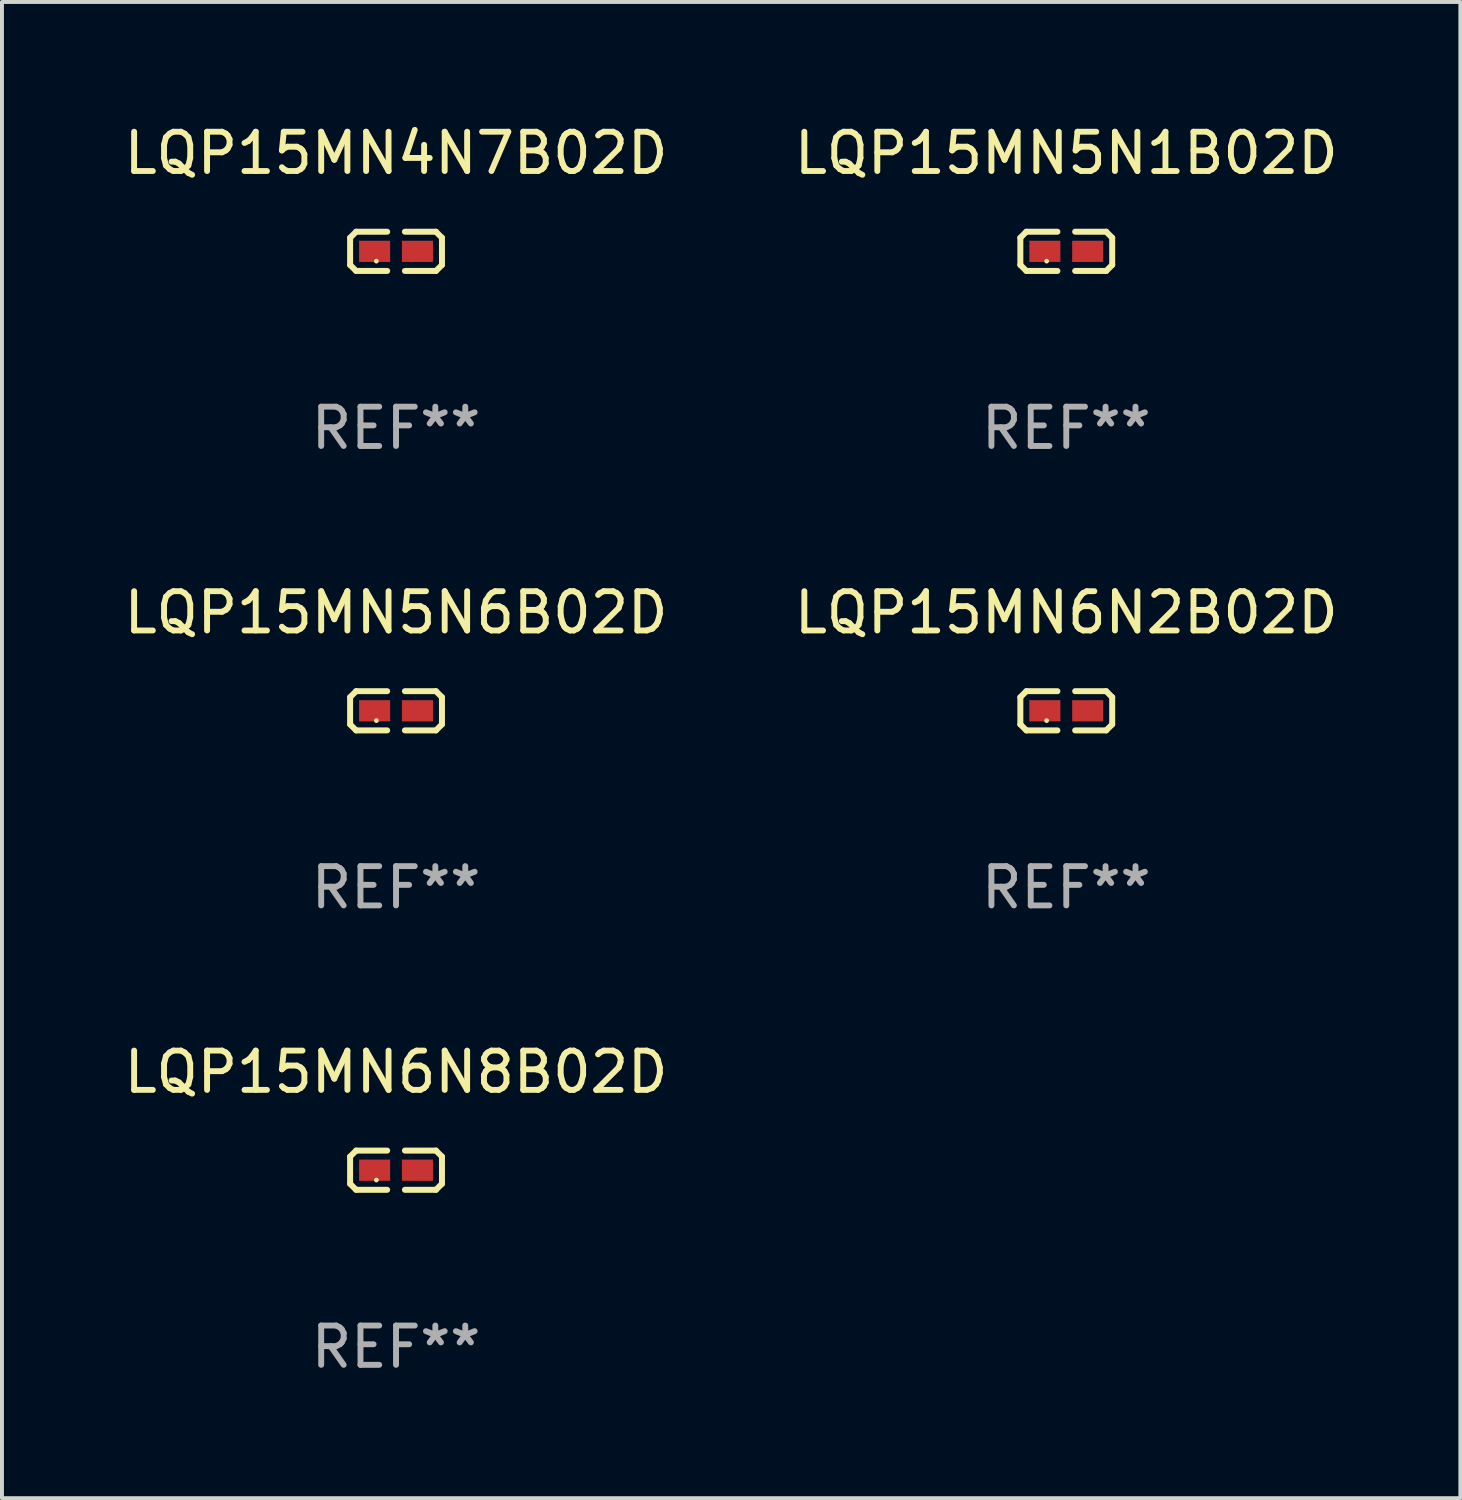
<source format=kicad_pcb>
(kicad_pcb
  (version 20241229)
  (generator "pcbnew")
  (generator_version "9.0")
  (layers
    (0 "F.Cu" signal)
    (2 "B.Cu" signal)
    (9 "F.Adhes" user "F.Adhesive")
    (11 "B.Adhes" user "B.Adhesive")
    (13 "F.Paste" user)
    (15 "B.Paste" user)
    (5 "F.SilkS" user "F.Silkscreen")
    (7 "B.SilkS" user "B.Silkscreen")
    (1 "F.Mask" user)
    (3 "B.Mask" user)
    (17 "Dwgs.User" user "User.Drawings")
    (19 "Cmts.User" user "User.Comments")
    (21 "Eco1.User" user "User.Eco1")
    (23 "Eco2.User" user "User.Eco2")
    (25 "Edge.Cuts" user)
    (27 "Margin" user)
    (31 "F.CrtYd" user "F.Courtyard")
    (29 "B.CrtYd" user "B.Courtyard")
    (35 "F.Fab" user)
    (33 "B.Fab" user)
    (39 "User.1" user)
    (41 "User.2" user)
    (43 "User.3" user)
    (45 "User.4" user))
  (footprint "LQP15MN5N6B02D"
    (layer "F.Cu")
    (at 7.03 15.041)
    (property "Reference" "LQP15MN5N6B02D" (at 0 -2.499 0) (layer "F.SilkS") (effects (font (size 1 1) (thickness 0.15))))
    (attr through_hole)
    (fp_line (start -1.169 -0.346) (end -1.016 -0.499) (stroke (width 0.152) (type solid)) (layer "F.SilkS"))
    (fp_line (start -1.169 0.346) (end -1.169 -0.346) (stroke (width 0.152) (type solid)) (layer "F.SilkS"))
    (fp_line (start -1.016 -0.499) (end -0.226 -0.499) (stroke (width 0.152) (type solid)) (layer "F.SilkS"))
    (fp_line (start -1.016 0.499) (end -1.169 0.346) (stroke (width 0.152) (type solid)) (layer "F.SilkS"))
    (fp_line (start -0.226 0.499) (end -1.016 0.499) (stroke (width 0.152) (type solid)) (layer "F.SilkS"))
    (fp_line (start 0.226 0.499) (end 1.016 0.499) (stroke (width 0.152) (type solid)) (layer "F.SilkS"))
    (fp_line (start 1.016 -0.499) (end 0.226 -0.499) (stroke (width 0.152) (type solid)) (layer "F.SilkS"))
    (fp_line (start 1.016 0.499) (end 1.169 0.346) (stroke (width 0.152) (type solid)) (layer "F.SilkS"))
    (fp_line (start 1.169 -0.346) (end 1.016 -0.499) (stroke (width 0.152) (type solid)) (layer "F.SilkS"))
    (fp_line (start 1.169 0.346) (end 1.169 -0.346) (stroke (width 0.152) (type solid)) (layer "F.SilkS"))
    (fp_circle (center -0.5 0.25) (end -0.47 0.25) (stroke (width 0.06) (type solid)) (fill no) (layer "F.SilkS"))
    (fp_text user "REF**" (at 0 4.499 0) (layer "F.Fab") (effects (font (size 1 1) (thickness 0.15))))
    (pad "1" smd rect (at -0.545 0) (size 0.79 0.54) (layers "F.Cu" "F.Mask" "F.Paste"))
    (pad "2" smd rect (at 0.545 0) (size 0.79 0.54) (layers "F.Cu" "F.Mask" "F.Paste")))
  (footprint "LQP15MN5N1B02D"
    (layer "F.Cu")
    (at 24.089 3.347)
    (property "Reference" "LQP15MN5N1B02D" (at 0 -2.499 0) (layer "F.SilkS") (effects (font (size 1 1) (thickness 0.15))))
    (attr through_hole)
    (fp_line (start -1.169 -0.346) (end -1.016 -0.499) (stroke (width 0.152) (type solid)) (layer "F.SilkS"))
    (fp_line (start -1.169 0.346) (end -1.169 -0.346) (stroke (width 0.152) (type solid)) (layer "F.SilkS"))
    (fp_line (start -1.016 -0.499) (end -0.226 -0.499) (stroke (width 0.152) (type solid)) (layer "F.SilkS"))
    (fp_line (start -1.016 0.499) (end -1.169 0.346) (stroke (width 0.152) (type solid)) (layer "F.SilkS"))
    (fp_line (start -0.226 0.499) (end -1.016 0.499) (stroke (width 0.152) (type solid)) (layer "F.SilkS"))
    (fp_line (start 0.226 0.499) (end 1.016 0.499) (stroke (width 0.152) (type solid)) (layer "F.SilkS"))
    (fp_line (start 1.016 -0.499) (end 0.226 -0.499) (stroke (width 0.152) (type solid)) (layer "F.SilkS"))
    (fp_line (start 1.016 0.499) (end 1.169 0.346) (stroke (width 0.152) (type solid)) (layer "F.SilkS"))
    (fp_line (start 1.169 -0.346) (end 1.016 -0.499) (stroke (width 0.152) (type solid)) (layer "F.SilkS"))
    (fp_line (start 1.169 0.346) (end 1.169 -0.346) (stroke (width 0.152) (type solid)) (layer "F.SilkS"))
    (fp_circle (center -0.5 0.25) (end -0.47 0.25) (stroke (width 0.06) (type solid)) (fill no) (layer "F.SilkS"))
    (fp_text user "REF**" (at 0 4.499 0) (layer "F.Fab") (effects (font (size 1 1) (thickness 0.15))))
    (pad "1" smd rect (at -0.545 0) (size 0.79 0.54) (layers "F.Cu" "F.Mask" "F.Paste"))
    (pad "2" smd rect (at 0.545 0) (size 0.79 0.54) (layers "F.Cu" "F.Mask" "F.Paste")))
  (footprint "LQP15MN4N7B02D"
    (layer "F.Cu")
    (at 7.03 3.347)
    (property "Reference" "LQP15MN4N7B02D" (at 0 -2.499 0) (layer "F.SilkS") (effects (font (size 1 1) (thickness 0.15))))
    (attr through_hole)
    (fp_line (start -1.169 -0.346) (end -1.016 -0.499) (stroke (width 0.152) (type solid)) (layer "F.SilkS"))
    (fp_line (start -1.169 0.346) (end -1.169 -0.346) (stroke (width 0.152) (type solid)) (layer "F.SilkS"))
    (fp_line (start -1.016 -0.499) (end -0.226 -0.499) (stroke (width 0.152) (type solid)) (layer "F.SilkS"))
    (fp_line (start -1.016 0.499) (end -1.169 0.346) (stroke (width 0.152) (type solid)) (layer "F.SilkS"))
    (fp_line (start -0.226 0.499) (end -1.016 0.499) (stroke (width 0.152) (type solid)) (layer "F.SilkS"))
    (fp_line (start 0.226 0.499) (end 1.016 0.499) (stroke (width 0.152) (type solid)) (layer "F.SilkS"))
    (fp_line (start 1.016 -0.499) (end 0.226 -0.499) (stroke (width 0.152) (type solid)) (layer "F.SilkS"))
    (fp_line (start 1.016 0.499) (end 1.169 0.346) (stroke (width 0.152) (type solid)) (layer "F.SilkS"))
    (fp_line (start 1.169 -0.346) (end 1.016 -0.499) (stroke (width 0.152) (type solid)) (layer "F.SilkS"))
    (fp_line (start 1.169 0.346) (end 1.169 -0.346) (stroke (width 0.152) (type solid)) (layer "F.SilkS"))
    (fp_circle (center -0.5 0.25) (end -0.47 0.25) (stroke (width 0.06) (type solid)) (fill no) (layer "F.SilkS"))
    (fp_text user "REF**" (at 0 4.499 0) (layer "F.Fab") (effects (font (size 1 1) (thickness 0.15))))
    (pad "1" smd rect (at -0.545 0) (size 0.79 0.54) (layers "F.Cu" "F.Mask" "F.Paste"))
    (pad "2" smd rect (at 0.545 0) (size 0.79 0.54) (layers "F.Cu" "F.Mask" "F.Paste")))
  (footprint "LQP15MN6N2B02D"
    (layer "F.Cu")
    (at 24.089 15.041)
    (property "Reference" "LQP15MN6N2B02D" (at 0 -2.499 0) (layer "F.SilkS") (effects (font (size 1 1) (thickness 0.15))))
    (attr through_hole)
    (fp_line (start -1.169 -0.346) (end -1.016 -0.499) (stroke (width 0.152) (type solid)) (layer "F.SilkS"))
    (fp_line (start -1.169 0.346) (end -1.169 -0.346) (stroke (width 0.152) (type solid)) (layer "F.SilkS"))
    (fp_line (start -1.016 -0.499) (end -0.226 -0.499) (stroke (width 0.152) (type solid)) (layer "F.SilkS"))
    (fp_line (start -1.016 0.499) (end -1.169 0.346) (stroke (width 0.152) (type solid)) (layer "F.SilkS"))
    (fp_line (start -0.226 0.499) (end -1.016 0.499) (stroke (width 0.152) (type solid)) (layer "F.SilkS"))
    (fp_line (start 0.226 0.499) (end 1.016 0.499) (stroke (width 0.152) (type solid)) (layer "F.SilkS"))
    (fp_line (start 1.016 -0.499) (end 0.226 -0.499) (stroke (width 0.152) (type solid)) (layer "F.SilkS"))
    (fp_line (start 1.016 0.499) (end 1.169 0.346) (stroke (width 0.152) (type solid)) (layer "F.SilkS"))
    (fp_line (start 1.169 -0.346) (end 1.016 -0.499) (stroke (width 0.152) (type solid)) (layer "F.SilkS"))
    (fp_line (start 1.169 0.346) (end 1.169 -0.346) (stroke (width 0.152) (type solid)) (layer "F.SilkS"))
    (fp_circle (center -0.5 0.25) (end -0.47 0.25) (stroke (width 0.06) (type solid)) (fill no) (layer "F.SilkS"))
    (fp_text user "REF**" (at 0 4.499 0) (layer "F.Fab") (effects (font (size 1 1) (thickness 0.15))))
    (pad "1" smd rect (at -0.545 0) (size 0.79 0.54) (layers "F.Cu" "F.Mask" "F.Paste"))
    (pad "2" smd rect (at 0.545 0) (size 0.79 0.54) (layers "F.Cu" "F.Mask" "F.Paste")))
  (footprint "LQP15MN6N8B02D"
    (layer "F.Cu")
    (at 7.03 26.734)
    (property "Reference" "LQP15MN6N8B02D" (at 0 -2.499 0) (layer "F.SilkS") (effects (font (size 1 1) (thickness 0.15))))
    (attr through_hole)
    (fp_line (start -1.169 -0.346) (end -1.016 -0.499) (stroke (width 0.152) (type solid)) (layer "F.SilkS"))
    (fp_line (start -1.169 0.346) (end -1.169 -0.346) (stroke (width 0.152) (type solid)) (layer "F.SilkS"))
    (fp_line (start -1.016 -0.499) (end -0.226 -0.499) (stroke (width 0.152) (type solid)) (layer "F.SilkS"))
    (fp_line (start -1.016 0.499) (end -1.169 0.346) (stroke (width 0.152) (type solid)) (layer "F.SilkS"))
    (fp_line (start -0.226 0.499) (end -1.016 0.499) (stroke (width 0.152) (type solid)) (layer "F.SilkS"))
    (fp_line (start 0.226 0.499) (end 1.016 0.499) (stroke (width 0.152) (type solid)) (layer "F.SilkS"))
    (fp_line (start 1.016 -0.499) (end 0.226 -0.499) (stroke (width 0.152) (type solid)) (layer "F.SilkS"))
    (fp_line (start 1.016 0.499) (end 1.169 0.346) (stroke (width 0.152) (type solid)) (layer "F.SilkS"))
    (fp_line (start 1.169 -0.346) (end 1.016 -0.499) (stroke (width 0.152) (type solid)) (layer "F.SilkS"))
    (fp_line (start 1.169 0.346) (end 1.169 -0.346) (stroke (width 0.152) (type solid)) (layer "F.SilkS"))
    (fp_circle (center -0.5 0.25) (end -0.47 0.25) (stroke (width 0.06) (type solid)) (fill no) (layer "F.SilkS"))
    (fp_text user "REF**" (at 0 4.499 0) (layer "F.Fab") (effects (font (size 1 1) (thickness 0.15))))
    (pad "1" smd rect (at -0.545 0) (size 0.79 0.54) (layers "F.Cu" "F.Mask" "F.Paste"))
    (pad "2" smd rect (at 0.545 0) (size 0.79 0.54) (layers "F.Cu" "F.Mask" "F.Paste")))
  (gr_rect
    (start -3 -3)
    (end 34.119 35.081)
    (stroke (width 0.1) (type default))
    (fill no)
    (layer "Edge.Cuts")))
</source>
